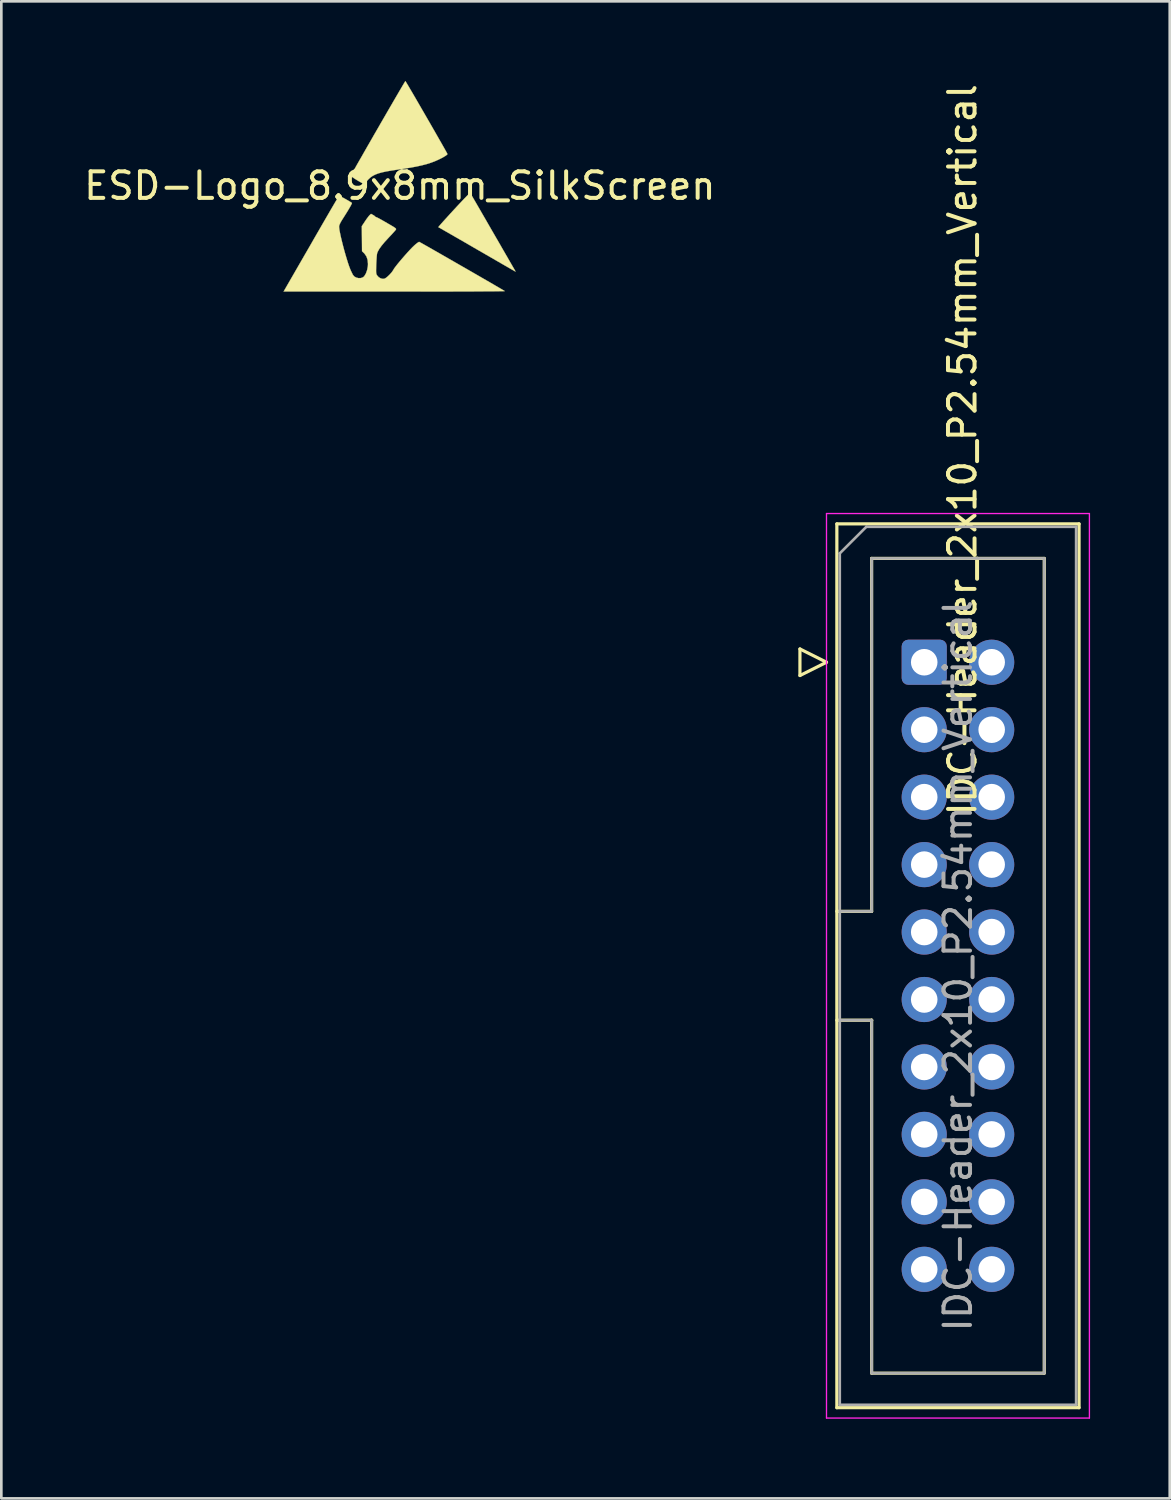
<source format=kicad_pcb>
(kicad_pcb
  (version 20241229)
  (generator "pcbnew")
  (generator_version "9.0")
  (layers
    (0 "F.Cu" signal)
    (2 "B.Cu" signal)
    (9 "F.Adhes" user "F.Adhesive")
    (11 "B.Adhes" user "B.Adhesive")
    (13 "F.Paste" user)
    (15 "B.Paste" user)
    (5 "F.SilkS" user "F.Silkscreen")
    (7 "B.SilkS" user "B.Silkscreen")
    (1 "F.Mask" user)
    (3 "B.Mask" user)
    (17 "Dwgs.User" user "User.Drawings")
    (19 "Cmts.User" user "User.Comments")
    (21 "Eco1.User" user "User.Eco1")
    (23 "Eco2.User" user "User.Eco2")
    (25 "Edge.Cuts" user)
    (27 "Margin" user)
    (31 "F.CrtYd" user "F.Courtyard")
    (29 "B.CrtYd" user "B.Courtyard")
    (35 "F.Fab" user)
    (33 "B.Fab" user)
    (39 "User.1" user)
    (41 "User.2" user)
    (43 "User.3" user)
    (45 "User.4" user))
  (footprint "IDC-Header_2x10_P2.54mm_Vertical"
    (layer "F.Cu")
    (at 31.752 21.887)
    (property "Reference" "IDC-Header_2x10_P2.54mm_Vertical" (at 1.44 -8 270) (layer "F.SilkS") (effects (font (size 1 1) (thickness 0.15))))
    (attr through_hole)
    (fp_line (start -4.68 -0.5) (end -4.68 0.5) (stroke (width 0.12) (type solid)) (layer "F.SilkS"))
    (fp_line (start -4.68 0.5) (end -3.68 0) (stroke (width 0.12) (type solid)) (layer "F.SilkS"))
    (fp_line (start -3.68 0) (end -4.68 -0.5) (stroke (width 0.12) (type solid)) (layer "F.SilkS"))
    (fp_line (start -3.29 -5.21) (end 5.83 -5.21) (stroke (width 0.12) (type solid)) (layer "F.SilkS"))
    (fp_line (start -3.29 9.38) (end -1.98 9.38) (stroke (width 0.12) (type solid)) (layer "F.SilkS"))
    (fp_line (start -3.29 28.07) (end -3.29 -5.21) (stroke (width 0.12) (type solid)) (layer "F.SilkS"))
    (fp_line (start -1.98 -3.91) (end 4.52 -3.91) (stroke (width 0.12) (type solid)) (layer "F.SilkS"))
    (fp_line (start -1.98 9.38) (end -1.98 -3.91) (stroke (width 0.12) (type solid)) (layer "F.SilkS"))
    (fp_line (start -1.98 13.48) (end -3.29 13.48) (stroke (width 0.12) (type solid)) (layer "F.SilkS"))
    (fp_line (start -1.98 13.48) (end -1.98 13.48) (stroke (width 0.12) (type solid)) (layer "F.SilkS"))
    (fp_line (start -1.98 26.77) (end -1.98 13.48) (stroke (width 0.12) (type solid)) (layer "F.SilkS"))
    (fp_line (start 4.52 -3.91) (end 4.52 26.77) (stroke (width 0.12) (type solid)) (layer "F.SilkS"))
    (fp_line (start 4.52 26.77) (end -1.98 26.77) (stroke (width 0.12) (type solid)) (layer "F.SilkS"))
    (fp_line (start 5.83 -5.21) (end 5.83 28.07) (stroke (width 0.12) (type solid)) (layer "F.SilkS"))
    (fp_line (start 5.83 28.07) (end -3.29 28.07) (stroke (width 0.12) (type solid)) (layer "F.SilkS"))
    (fp_line (start -3.68 -5.6) (end -3.68 28.46) (stroke (width 0.05) (type solid)) (layer "F.CrtYd"))
    (fp_line (start -3.68 28.46) (end 6.22 28.46) (stroke (width 0.05) (type solid)) (layer "F.CrtYd"))
    (fp_line (start 6.22 -5.6) (end -3.68 -5.6) (stroke (width 0.05) (type solid)) (layer "F.CrtYd"))
    (fp_line (start 6.22 28.46) (end 6.22 -5.6) (stroke (width 0.05) (type solid)) (layer "F.CrtYd"))
    (fp_line (start -3.18 -4.1) (end -2.18 -5.1) (stroke (width 0.1) (type solid)) (layer "F.Fab"))
    (fp_line (start -3.18 9.38) (end -1.98 9.38) (stroke (width 0.1) (type solid)) (layer "F.Fab"))
    (fp_line (start -3.18 27.96) (end -3.18 -4.1) (stroke (width 0.1) (type solid)) (layer "F.Fab"))
    (fp_line (start -2.18 -5.1) (end 5.72 -5.1) (stroke (width 0.1) (type solid)) (layer "F.Fab"))
    (fp_line (start -1.98 -3.91) (end 4.52 -3.91) (stroke (width 0.1) (type solid)) (layer "F.Fab"))
    (fp_line (start -1.98 9.38) (end -1.98 -3.91) (stroke (width 0.1) (type solid)) (layer "F.Fab"))
    (fp_line (start -1.98 13.48) (end -3.18 13.48) (stroke (width 0.1) (type solid)) (layer "F.Fab"))
    (fp_line (start -1.98 13.48) (end -1.98 13.48) (stroke (width 0.1) (type solid)) (layer "F.Fab"))
    (fp_line (start -1.98 26.77) (end -1.98 13.48) (stroke (width 0.1) (type solid)) (layer "F.Fab"))
    (fp_line (start 4.52 -3.91) (end 4.52 26.77) (stroke (width 0.1) (type solid)) (layer "F.Fab"))
    (fp_line (start 4.52 26.77) (end -1.98 26.77) (stroke (width 0.1) (type solid)) (layer "F.Fab"))
    (fp_line (start 5.72 -5.1) (end 5.72 27.96) (stroke (width 0.1) (type solid)) (layer "F.Fab"))
    (fp_line (start 5.72 27.96) (end -3.18 27.96) (stroke (width 0.1) (type solid)) (layer "F.Fab"))
    (fp_text user "${REFERENCE}" (at 1.27 11.43 270) (layer "F.Fab") (effects (font (size 1 1) (thickness 0.15))))
    (pad "1" thru_hole roundrect (at 0 0) (size 1.7 1.7) (drill 1) (layers "*.Cu" "*.Mask") (roundrect_rratio 0.147))
    (pad "2" thru_hole circle (at 2.54 0) (size 1.7 1.7) (drill 1) (layers "*.Cu" "*.Mask"))
    (pad "3" thru_hole circle (at 0 2.54) (size 1.7 1.7) (drill 1) (layers "*.Cu" "*.Mask"))
    (pad "4" thru_hole circle (at 2.54 2.54) (size 1.7 1.7) (drill 1) (layers "*.Cu" "*.Mask"))
    (pad "5" thru_hole circle (at 0 5.08) (size 1.7 1.7) (drill 1) (layers "*.Cu" "*.Mask"))
    (pad "6" thru_hole circle (at 2.54 5.08) (size 1.7 1.7) (drill 1) (layers "*.Cu" "*.Mask"))
    (pad "7" thru_hole circle (at 0 7.62) (size 1.7 1.7) (drill 1) (layers "*.Cu" "*.Mask"))
    (pad "8" thru_hole circle (at 2.54 7.62) (size 1.7 1.7) (drill 1) (layers "*.Cu" "*.Mask"))
    (pad "9" thru_hole circle (at 0 10.16) (size 1.7 1.7) (drill 1) (layers "*.Cu" "*.Mask"))
    (pad "10" thru_hole circle (at 2.54 10.16) (size 1.7 1.7) (drill 1) (layers "*.Cu" "*.Mask"))
    (pad "11" thru_hole circle (at 0 12.7) (size 1.7 1.7) (drill 1) (layers "*.Cu" "*.Mask"))
    (pad "12" thru_hole circle (at 2.54 12.7) (size 1.7 1.7) (drill 1) (layers "*.Cu" "*.Mask"))
    (pad "13" thru_hole circle (at 0 15.24) (size 1.7 1.7) (drill 1) (layers "*.Cu" "*.Mask"))
    (pad "14" thru_hole circle (at 2.54 15.24) (size 1.7 1.7) (drill 1) (layers "*.Cu" "*.Mask"))
    (pad "15" thru_hole circle (at 0 17.78) (size 1.7 1.7) (drill 1) (layers "*.Cu" "*.Mask"))
    (pad "16" thru_hole circle (at 2.54 17.78) (size 1.7 1.7) (drill 1) (layers "*.Cu" "*.Mask"))
    (pad "17" thru_hole circle (at 0 20.32) (size 1.7 1.7) (drill 1) (layers "*.Cu" "*.Mask"))
    (pad "18" thru_hole circle (at 2.54 20.32) (size 1.7 1.7) (drill 1) (layers "*.Cu" "*.Mask"))
    (pad "19" thru_hole circle (at 0 22.86) (size 1.7 1.7) (drill 1) (layers "*.Cu" "*.Mask"))
    (pad "20" thru_hole circle (at 2.54 22.86) (size 1.7 1.7) (drill 1) (layers "*.Cu" "*.Mask")))
  (footprint "ESD-Logo_8.9x8mm_SilkScreen"
    (layer "F.Cu")
    (at 12.006 3.946)
    (property "Reference" "ESD-Logo_8.9x8mm_SilkScreen" (at 0 0 0) (layer "F.SilkS") (effects (font (size 1 1) (thickness 0.15))))
    (attr exclude_from_pos_files exclude_from_bom)
    (fp_poly (pts (xy 2.676 0.316) (xy 2.691 0.342) (xy 2.726 0.4) (xy 2.778 0.49) (xy 2.845 0.606) (xy 2.927 0.747) (xy 3.021 0.909) (xy 3.125 1.09) (xy 3.239 1.286) (xy 3.359 1.495) (xy 3.483 1.71) (xy 3.61 1.93) (xy 3.732 2.14) (xy 3.846 2.339) (xy 3.953 2.524) (xy 4.049 2.69) (xy 4.132 2.835) (xy 4.202 2.956) (xy 4.256 3.05) (xy 4.293 3.114) (xy 4.311 3.144) (xy 4.339 3.194) (xy 4.354 3.226) (xy 4.355 3.231) (xy 4.336 3.221) (xy 4.284 3.191) (xy 4.202 3.144) (xy 4.091 3.08) (xy 3.955 3.002) (xy 3.797 2.911) (xy 3.619 2.808) (xy 3.424 2.695) (xy 3.214 2.574) (xy 2.993 2.446) (xy 2.909 2.398) (xy 2.684 2.268) (xy 2.47 2.143) (xy 2.268 2.027) (xy 2.082 1.92) (xy 1.915 1.824) (xy 1.769 1.74) (xy 1.647 1.67) (xy 1.552 1.615) (xy 1.487 1.578) (xy 1.454 1.56) (xy 1.45 1.558) (xy 1.46 1.542) (xy 1.495 1.5) (xy 1.552 1.435) (xy 1.626 1.351) (xy 1.715 1.253) (xy 1.814 1.144) (xy 1.92 1.027) (xy 2.03 0.908) (xy 2.14 0.789) (xy 2.246 0.675) (xy 2.345 0.57) (xy 2.433 0.477) (xy 2.507 0.401) (xy 2.562 0.345) (xy 2.581 0.326) (xy 2.645 0.267) (xy 2.676 0.316)) (stroke (width 0.01) (type solid)) (fill yes) (layer "F.SilkS"))
    (fp_poly (pts (xy 0.221 -3.924) (xy 0.252 -3.873) (xy 0.3 -3.794) (xy 0.362 -3.688) (xy 0.438 -3.559) (xy 0.524 -3.412) (xy 0.619 -3.248) (xy 0.721 -3.072) (xy 0.828 -2.887) (xy 0.939 -2.696) (xy 1.05 -2.503) (xy 1.161 -2.311) (xy 1.268 -2.124) (xy 1.371 -1.944) (xy 1.467 -1.776) (xy 1.555 -1.623) (xy 1.631 -1.488) (xy 1.696 -1.374) (xy 1.745 -1.285) (xy 1.778 -1.224) (xy 1.793 -1.195) (xy 1.793 -1.193) (xy 1.775 -1.169) (xy 1.725 -1.131) (xy 1.648 -1.084) (xy 1.552 -1.032) (xy 1.45 -0.982) (xy 1.312 -0.921) (xy 1.167 -0.867) (xy 1.01 -0.817) (xy 0.836 -0.772) (xy 0.639 -0.728) (xy 0.416 -0.686) (xy 0.16 -0.645) (xy -0.104 -0.606) (xy -0.334 -0.571) (xy -0.527 -0.537) (xy -0.688 -0.501) (xy -0.822 -0.463) (xy -0.933 -0.419) (xy -1.027 -0.37) (xy -1.109 -0.312) (xy -1.182 -0.244) (xy -1.206 -0.219) (xy -1.258 -0.16) (xy -1.296 -0.112) (xy -1.313 -0.084) (xy -1.314 -0.082) (xy -1.32 -0.068) (xy -1.341 -0.067) (xy -1.382 -0.083) (xy -1.447 -0.117) (xy -1.541 -0.17) (xy -1.606 -0.208) (xy -1.702 -0.268) (xy -1.778 -0.319) (xy -1.826 -0.358) (xy -1.843 -0.381) (xy -1.843 -0.381) (xy -1.833 -0.403) (xy -1.803 -0.457) (xy -1.756 -0.542) (xy -1.693 -0.653) (xy -1.617 -0.789) (xy -1.528 -0.945) (xy -1.428 -1.119) (xy -1.32 -1.309) (xy -1.205 -1.51) (xy -1.084 -1.72) (xy -0.96 -1.937) (xy -0.833 -2.156) (xy -0.707 -2.376) (xy -0.582 -2.592) (xy -0.46 -2.803) (xy -0.343 -3.004) (xy -0.233 -3.194) (xy -0.131 -3.369) (xy -0.039 -3.527) (xy 0.041 -3.663) (xy 0.107 -3.776) (xy 0.158 -3.861) (xy 0.192 -3.918) (xy 0.208 -3.941) (xy 0.209 -3.941) (xy 0.221 -3.924)) (stroke (width 0.01) (type solid)) (fill yes) (layer "F.SilkS"))
    (fp_poly (pts (xy -2.259 0.392) (xy -2.215 0.409) (xy -2.149 0.443) (xy -2.053 0.495) (xy -2.045 0.5) (xy -1.957 0.55) (xy -1.883 0.594) (xy -1.829 0.628) (xy -1.804 0.646) (xy -1.804 0.647) (xy -1.81 0.672) (xy -1.837 0.729) (xy -1.885 0.814) (xy -1.95 0.925) (xy -2.032 1.057) (xy -2.128 1.209) (xy -2.152 1.246) (xy -2.215 1.349) (xy -2.26 1.437) (xy -2.285 1.504) (xy -2.287 1.517) (xy -2.286 1.574) (xy -2.274 1.666) (xy -2.251 1.785) (xy -2.221 1.927) (xy -2.183 2.084) (xy -2.141 2.252) (xy -2.095 2.425) (xy -2.047 2.596) (xy -1.998 2.759) (xy -1.951 2.91) (xy -1.906 3.041) (xy -1.865 3.148) (xy -1.837 3.211) (xy -1.804 3.279) (xy -1.772 3.344) (xy -1.771 3.347) (xy -1.719 3.412) (xy -1.642 3.456) (xy -1.554 3.477) (xy -1.464 3.474) (xy -1.385 3.444) (xy -1.341 3.406) (xy -1.277 3.3) (xy -1.23 3.167) (xy -1.204 3.023) (xy -1.2 2.94) (xy -1.215 2.787) (xy -1.258 2.66) (xy -1.332 2.553) (xy -1.355 2.53) (xy -1.424 2.463) (xy -1.428 1.992) (xy -1.433 1.521) (xy -1.313 1.339) (xy -1.257 1.257) (xy -1.202 1.183) (xy -1.158 1.127) (xy -1.139 1.107) (xy -1.085 1.057) (xy -1.012 1.096) (xy -0.965 1.124) (xy -0.94 1.146) (xy -0.938 1.15) (xy -0.921 1.167) (xy -0.892 1.179) (xy -0.863 1.191) (xy -0.819 1.212) (xy -0.756 1.246) (xy -0.671 1.293) (xy -0.559 1.357) (xy -0.417 1.44) (xy -0.339 1.485) (xy -0.248 1.539) (xy -0.189 1.578) (xy -0.155 1.605) (xy -0.142 1.626) (xy -0.145 1.645) (xy -0.147 1.649) (xy -0.168 1.677) (xy -0.213 1.728) (xy -0.276 1.798) (xy -0.353 1.881) (xy -0.419 1.951) (xy -0.572 2.117) (xy -0.692 2.262) (xy -0.779 2.385) (xy -0.836 2.489) (xy -0.855 2.542) (xy -0.863 2.588) (xy -0.871 2.667) (xy -0.878 2.77) (xy -0.885 2.887) (xy -0.888 2.961) (xy -0.892 3.089) (xy -0.894 3.183) (xy -0.893 3.25) (xy -0.888 3.296) (xy -0.88 3.329) (xy -0.867 3.357) (xy -0.856 3.374) (xy -0.797 3.44) (xy -0.72 3.486) (xy -0.639 3.505) (xy -0.578 3.498) (xy -0.523 3.467) (xy -0.454 3.411) (xy -0.381 3.34) (xy -0.313 3.265) (xy -0.261 3.193) (xy -0.241 3.159) (xy -0.212 3.111) (xy -0.159 3.04) (xy -0.087 2.948) (xy -0.001 2.844) (xy 0.094 2.732) (xy 0.194 2.617) (xy 0.293 2.506) (xy 0.387 2.404) (xy 0.471 2.316) (xy 0.538 2.252) (xy 0.611 2.188) (xy 0.673 2.141) (xy 0.716 2.115) (xy 0.73 2.112) (xy 0.752 2.124) (xy 0.807 2.154) (xy 0.892 2.202) (xy 1.003 2.265) (xy 1.138 2.341) (xy 1.293 2.43) (xy 1.465 2.528) (xy 1.651 2.635) (xy 1.848 2.748) (xy 2.052 2.865) (xy 2.26 2.985) (xy 2.47 3.105) (xy 2.678 3.225) (xy 2.881 3.342) (xy 3.075 3.454) (xy 3.258 3.56) (xy 3.426 3.657) (xy 3.577 3.745) (xy 3.706 3.82) (xy 3.812 3.882) (xy 3.89 3.928) (xy 3.937 3.956) (xy 3.951 3.965) (xy 3.932 3.967) (xy 3.874 3.969) (xy 3.778 3.97) (xy 3.646 3.972) (xy 3.48 3.974) (xy 3.282 3.975) (xy 3.054 3.976) (xy 2.798 3.978) (xy 2.515 3.979) (xy 2.209 3.98) (xy 1.88 3.981) (xy 1.531 3.981) (xy 1.163 3.982) (xy 0.779 3.983) (xy 0.38 3.983) (xy -0.031 3.983) (xy -0.203 3.983) (xy -4.377 3.983) (xy -4.08 3.467) (xy -4.017 3.358) (xy -3.936 3.217) (xy -3.839 3.049) (xy -3.73 2.86) (xy -3.611 2.653) (xy -3.484 2.434) (xy -3.353 2.207) (xy -3.221 1.976) (xy -3.089 1.747) (xy -3.055 1.689) (xy -2.934 1.478) (xy -2.818 1.278) (xy -2.709 1.09) (xy -2.61 0.919) (xy -2.521 0.767) (xy -2.445 0.637) (xy -2.383 0.532) (xy -2.338 0.456) (xy -2.31 0.41) (xy -2.303 0.399) (xy -2.286 0.389) (xy -2.259 0.392)) (stroke (width 0.01) (type solid)) (fill yes) (layer "F.SilkS")))
  (gr_rect
    (start -3 -3)
    (end 40.997 53.372)
    (stroke (width 0.1) (type default))
    (fill no)
    (layer "Edge.Cuts")))
</source>
